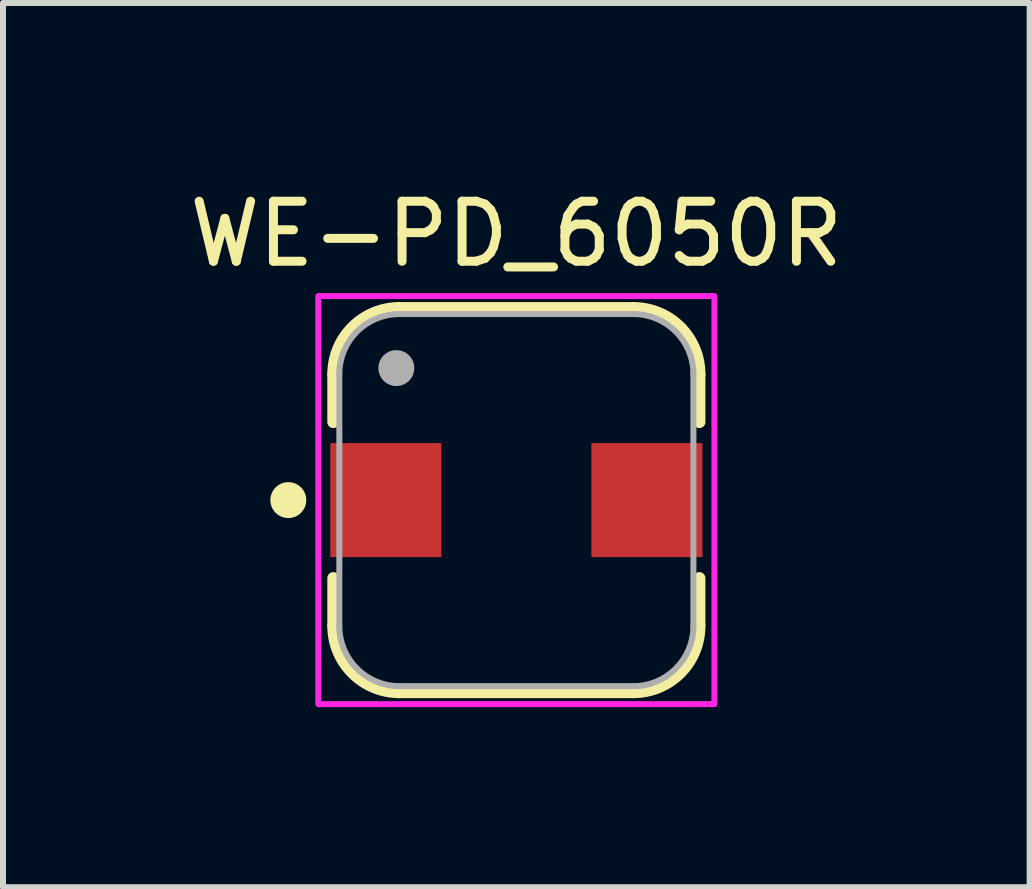
<source format=kicad_pcb>
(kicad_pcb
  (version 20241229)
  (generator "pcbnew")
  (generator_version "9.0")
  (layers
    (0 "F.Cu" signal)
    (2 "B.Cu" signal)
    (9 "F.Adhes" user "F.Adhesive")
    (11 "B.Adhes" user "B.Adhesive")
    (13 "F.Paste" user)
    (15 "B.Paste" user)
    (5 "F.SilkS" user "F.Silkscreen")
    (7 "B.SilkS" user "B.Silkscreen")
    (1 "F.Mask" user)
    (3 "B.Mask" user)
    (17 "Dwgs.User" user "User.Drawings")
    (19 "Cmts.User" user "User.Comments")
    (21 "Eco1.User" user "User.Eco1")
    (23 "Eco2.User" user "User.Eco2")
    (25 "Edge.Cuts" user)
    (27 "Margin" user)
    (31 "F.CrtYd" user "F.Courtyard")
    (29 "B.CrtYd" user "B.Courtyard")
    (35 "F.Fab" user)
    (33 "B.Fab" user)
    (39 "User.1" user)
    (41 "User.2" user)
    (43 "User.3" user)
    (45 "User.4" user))
  (footprint "WE-PD_6050R"
    (layer "F.Cu")
    (at 5.554 5.283)
    (property "Reference" "WE-PD_6050R" (at 0 -4.435 0) (layer "F.SilkS") (effects (font (size 1 1) (thickness 0.15))))
    (attr smd)
    (fp_line (start -3.05 -1.3) (end -3.05 -2.1) (stroke (width 0.2) (type solid)) (layer "F.SilkS"))
    (fp_line (start -3.05 1.3) (end -3.05 2.1) (stroke (width 0.2) (type solid)) (layer "F.SilkS"))
    (fp_line (start -1.95 -3.2) (end 1.95 -3.2) (stroke (width 0.2) (type solid)) (layer "F.SilkS"))
    (fp_line (start -1.95 3.2) (end 1.95 3.2) (stroke (width 0.2) (type solid)) (layer "F.SilkS"))
    (fp_line (start 3.05 -2.1) (end 3.05 -1.3) (stroke (width 0.2) (type solid)) (layer "F.SilkS"))
    (fp_line (start 3.05 2.1) (end 3.05 1.3) (stroke (width 0.2) (type solid)) (layer "F.SilkS"))
    (fp_arc (start -3.05 -2.1) (mid -2.727817 -2.877817) (end -1.95 -3.2) (stroke (width 0.2) (type solid)) (layer "F.SilkS"))
    (fp_arc (start -1.95 3.2) (mid -2.727817 2.877817) (end -3.05 2.1) (stroke (width 0.2) (type solid)) (layer "F.SilkS"))
    (fp_arc (start 1.95 -3.2) (mid 2.727817 -2.877817) (end 3.05 -2.1) (stroke (width 0.2) (type solid)) (layer "F.SilkS"))
    (fp_arc (start 3.05 2.1) (mid 2.727817 2.877817) (end 1.95 3.2) (stroke (width 0.2) (type solid)) (layer "F.SilkS"))
    (fp_circle (center -3.8 0) (end -3.65 0) (stroke (width 0.3) (type solid)) (fill no) (layer "F.SilkS"))
    (fp_poly (pts (xy -3.3 -3.4) (xy 3.3 -3.4) (xy 3.3 3.4) (xy -3.3 3.4)) (stroke (width 0.1) (type solid)) (fill no) (layer "F.CrtYd"))
    (fp_line (start -2.95 2.1) (end -2.95 -2.1) (stroke (width 0.1) (type solid)) (layer "F.Fab"))
    (fp_line (start -1.95 -3.1) (end 1.95 -3.1) (stroke (width 0.1) (type solid)) (layer "F.Fab"))
    (fp_line (start 1.95 3.1) (end -1.95 3.1) (stroke (width 0.1) (type solid)) (layer "F.Fab"))
    (fp_line (start 2.95 -2.1) (end 2.95 2.1) (stroke (width 0.1) (type solid)) (layer "F.Fab"))
    (fp_arc (start -2.95 -2.1) (mid -2.657107 -2.807107) (end -1.95 -3.1) (stroke (width 0.1) (type solid)) (layer "F.Fab"))
    (fp_arc (start -1.95 3.1) (mid -2.657107 2.807107) (end -2.95 2.1) (stroke (width 0.1) (type solid)) (layer "F.Fab"))
    (fp_arc (start 1.95 -3.1) (mid 2.657107 -2.807107) (end 2.95 -2.1) (stroke (width 0.1) (type solid)) (layer "F.Fab"))
    (fp_arc (start 2.95 2.1) (mid 2.657107 2.807107) (end 1.95 3.1) (stroke (width 0.1) (type solid)) (layer "F.Fab"))
    (fp_circle (center -2 -2.2) (end -1.85 -2.2) (stroke (width 0.3) (type solid)) (fill no) (layer "F.Fab"))
    (pad "1" smd rect (at -2.175 0) (size 1.85 1.9) (layers "F.Cu" "F.Mask" "F.Paste"))
    (pad "2" smd rect (at 2.175 0) (size 1.85 1.9) (layers "F.Cu" "F.Mask" "F.Paste"))
    (zone (net_name "") (layer "F.Cu") (hatch full 0.508) (connect_pads) (min_thickness 0.1) (filled_areas_thickness no) (keepout (tracks not_allowed) (vias not_allowed) (pads not_allowed) (copperpour not_allowed) (footprints allowed)) (placement (enabled no)) (fill) (polygon (pts (xy 2.604 6.433) (xy 2.604 7.383) (xy 2.605 7.435) (xy 2.609 7.488) (xy 2.616 7.539) (xy 2.626 7.591) (xy 2.638 7.642) (xy 2.653 7.692) (xy 2.67 7.741) (xy 2.69 7.79) (xy 2.713 7.837) (xy 2.738 7.883) (xy 2.765 7.928) (xy 2.795 7.971) (xy 2.827 8.012) (xy 2.861 8.052) (xy 2.897 8.09) (xy 2.935 8.126) (xy 2.975 8.16) (xy 3.016 8.192) (xy 3.059 8.222) (xy 3.104 8.249) (xy 3.15 8.274) (xy 3.197 8.297) (xy 3.246 8.317) (xy 3.295 8.334) (xy 3.345 8.349) (xy 3.396 8.361) (xy 3.448 8.371) (xy 3.499 8.378) (xy 3.552 8.382) (xy 3.604 8.383) (xy 7.504 8.383) (xy 7.556 8.382) (xy 7.609 8.378) (xy 7.66 8.371) (xy 7.712 8.361) (xy 7.763 8.349) (xy 7.813 8.334) (xy 7.862 8.317) (xy 7.911 8.297) (xy 7.958 8.274) (xy 8.004 8.249) (xy 8.049 8.222) (xy 8.092 8.192) (xy 8.133 8.16) (xy 8.173 8.126) (xy 8.211 8.09) (xy 8.247 8.052) (xy 8.281 8.012) (xy 8.313 7.971) (xy 8.343 7.928) (xy 8.37 7.883) (xy 8.395 7.837) (xy 8.418 7.79) (xy 8.438 7.741) (xy 8.455 7.692) (xy 8.47 7.642) (xy 8.482 7.591) (xy 8.492 7.539) (xy 8.499 7.488) (xy 8.503 7.435) (xy 8.504 7.383) (xy 8.504 6.433) (xy 6.604 6.433) (xy 6.604 4.133) (xy 8.504 4.133) (xy 8.504 3.183) (xy 8.503 3.131) (xy 8.499 3.078) (xy 8.492 3.027) (xy 8.482 2.975) (xy 8.47 2.924) (xy 8.455 2.874) (xy 8.438 2.825) (xy 8.418 2.776) (xy 8.395 2.729) (xy 8.37 2.683) (xy 8.343 2.638) (xy 8.313 2.595) (xy 8.281 2.554) (xy 8.247 2.514) (xy 8.211 2.476) (xy 8.173 2.44) (xy 8.133 2.406) (xy 8.092 2.374) (xy 8.049 2.344) (xy 8.004 2.317) (xy 7.958 2.292) (xy 7.911 2.269) (xy 7.862 2.249) (xy 7.813 2.232) (xy 7.763 2.217) (xy 7.712 2.205) (xy 7.66 2.195) (xy 7.609 2.188) (xy 7.556 2.184) (xy 7.504 2.183) (xy 3.604 2.183) (xy 3.552 2.184) (xy 3.499 2.188) (xy 3.448 2.195) (xy 3.396 2.205) (xy 3.345 2.217) (xy 3.295 2.232) (xy 3.246 2.249) (xy 3.197 2.269) (xy 3.15 2.292) (xy 3.104 2.317) (xy 3.059 2.344) (xy 3.016 2.374) (xy 2.975 2.406) (xy 2.935 2.44) (xy 2.897 2.476) (xy 2.861 2.514) (xy 2.827 2.554) (xy 2.795 2.595) (xy 2.765 2.638) (xy 2.738 2.683) (xy 2.713 2.729) (xy 2.69 2.776) (xy 2.67 2.825) (xy 2.653 2.874) (xy 2.638 2.924) (xy 2.626 2.975) (xy 2.616 3.027) (xy 2.609 3.078) (xy 2.605 3.131) (xy 2.604 3.183) (xy 2.604 4.133) (xy 4.504 4.133) (xy 4.504 6.433))))
    (zone (net_name "") (layers "F.Cu" "B.Cu") (hatch full 0.508) (connect_pads) (min_thickness 0.1) (filled_areas_thickness no) (keepout (tracks allowed) (vias not_allowed) (pads allowed) (copperpour allowed) (footprints allowed)) (placement (enabled no)) (fill) (polygon (pts (xy 2.604 6.433) (xy 2.604 7.383) (xy 2.605 7.435) (xy 2.609 7.488) (xy 2.616 7.539) (xy 2.626 7.591) (xy 2.638 7.642) (xy 2.653 7.692) (xy 2.67 7.741) (xy 2.69 7.79) (xy 2.713 7.837) (xy 2.738 7.883) (xy 2.765 7.928) (xy 2.795 7.971) (xy 2.827 8.012) (xy 2.861 8.052) (xy 2.897 8.09) (xy 2.935 8.126) (xy 2.975 8.16) (xy 3.016 8.192) (xy 3.059 8.222) (xy 3.104 8.249) (xy 3.15 8.274) (xy 3.197 8.297) (xy 3.246 8.317) (xy 3.295 8.334) (xy 3.345 8.349) (xy 3.396 8.361) (xy 3.448 8.371) (xy 3.499 8.378) (xy 3.552 8.382) (xy 3.604 8.383) (xy 7.504 8.383) (xy 7.556 8.382) (xy 7.609 8.378) (xy 7.66 8.371) (xy 7.712 8.361) (xy 7.763 8.349) (xy 7.813 8.334) (xy 7.862 8.317) (xy 7.911 8.297) (xy 7.958 8.274) (xy 8.004 8.249) (xy 8.049 8.222) (xy 8.092 8.192) (xy 8.133 8.16) (xy 8.173 8.126) (xy 8.211 8.09) (xy 8.247 8.052) (xy 8.281 8.012) (xy 8.313 7.971) (xy 8.343 7.928) (xy 8.37 7.883) (xy 8.395 7.837) (xy 8.418 7.79) (xy 8.438 7.741) (xy 8.455 7.692) (xy 8.47 7.642) (xy 8.482 7.591) (xy 8.492 7.539) (xy 8.499 7.488) (xy 8.503 7.435) (xy 8.504 7.383) (xy 8.504 6.433) (xy 6.604 6.433) (xy 6.604 4.133) (xy 8.504 4.133) (xy 8.504 3.183) (xy 8.503 3.131) (xy 8.499 3.078) (xy 8.492 3.027) (xy 8.482 2.975) (xy 8.47 2.924) (xy 8.455 2.874) (xy 8.438 2.825) (xy 8.418 2.776) (xy 8.395 2.729) (xy 8.37 2.683) (xy 8.343 2.638) (xy 8.313 2.595) (xy 8.281 2.554) (xy 8.247 2.514) (xy 8.211 2.476) (xy 8.173 2.44) (xy 8.133 2.406) (xy 8.092 2.374) (xy 8.049 2.344) (xy 8.004 2.317) (xy 7.958 2.292) (xy 7.911 2.269) (xy 7.862 2.249) (xy 7.813 2.232) (xy 7.763 2.217) (xy 7.712 2.205) (xy 7.66 2.195) (xy 7.609 2.188) (xy 7.556 2.184) (xy 7.504 2.183) (xy 3.604 2.183) (xy 3.552 2.184) (xy 3.499 2.188) (xy 3.448 2.195) (xy 3.396 2.205) (xy 3.345 2.217) (xy 3.295 2.232) (xy 3.246 2.249) (xy 3.197 2.269) (xy 3.15 2.292) (xy 3.104 2.317) (xy 3.059 2.344) (xy 3.016 2.374) (xy 2.975 2.406) (xy 2.935 2.44) (xy 2.897 2.476) (xy 2.861 2.514) (xy 2.827 2.554) (xy 2.795 2.595) (xy 2.765 2.638) (xy 2.738 2.683) (xy 2.713 2.729) (xy 2.69 2.776) (xy 2.67 2.825) (xy 2.653 2.874) (xy 2.638 2.924) (xy 2.626 2.975) (xy 2.616 3.027) (xy 2.609 3.078) (xy 2.605 3.131) (xy 2.604 3.183) (xy 2.604 4.133) (xy 4.504 4.133) (xy 4.504 6.433)))))
  (gr_rect
    (start -3 -3)
    (end 14.107 11.733)
    (stroke (width 0.1) (type default))
    (fill no)
    (layer "Edge.Cuts")))
</source>
